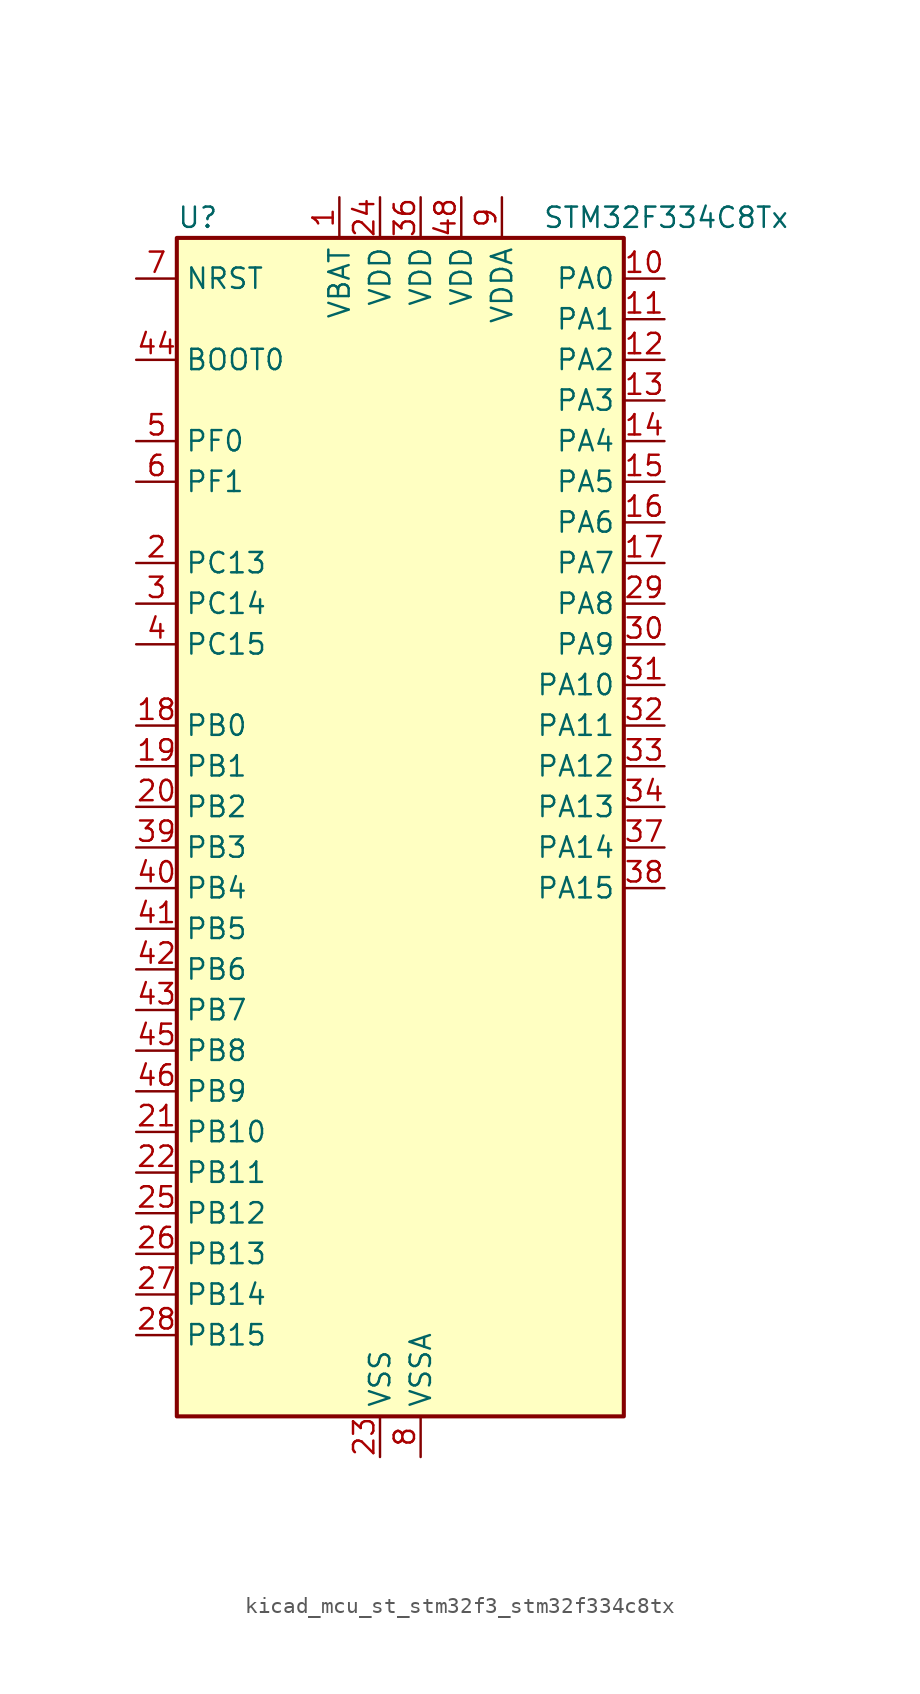
<source format=kicad_sym>
(kicad_symbol_lib
  (version 20220914)
  (generator kicad_symbol_editor)
  (symbol "kicad_mcu_st_stm32f3_stm32f334c8tx"
    (property "Reference" "U"
      (at -12.7 39.37 0)
      (effects (font (size 1.27 1.27)) (justify left)))
    (property "Value" "STM32F334C8Tx"
      (at 10.16 39.37 0)
      (effects (font (size 1.27 1.27)) (justify left)))
    (property "ki_locked" ""
      (at 0 0 0)
      (effects (font (size 1.27 1.27))))
    (symbol "kicad_mcu_st_stm32f3_stm32f334c8tx_0_1"
      (rectangle (start -12.7 -35.56) (end 15.24 38.1) (stroke (width 0.254) (type default)) (fill (type background))))
    (symbol "kicad_mcu_st_stm32f3_stm32f334c8tx_1_1"
      (pin power_in line (at -2.54 40.64 270) (length 2.54) (name "VBAT" (effects (font (size 1.27 1.27)))) (number "1" (effects (font (size 1.27 1.27)))))
      (pin bidirectional line (at 17.78 35.56 180) (length 2.54) (name "PA0" (effects (font (size 1.27 1.27)))) (number "10" (effects (font (size 1.27 1.27)))) (alternate "ADC1_IN1" bidirectional line) (alternate "RTC_TAMP2" bidirectional line) (alternate "SYS_WKUP1" bidirectional line) (alternate "TIM2_CH1" bidirectional line) (alternate "TIM2_ETR" bidirectional line) (alternate "TSC_G1_IO1" bidirectional line) (alternate "USART2_CTS" bidirectional line))
      (pin bidirectional line (at 17.78 33.02 180) (length 2.54) (name "PA1" (effects (font (size 1.27 1.27)))) (number "11" (effects (font (size 1.27 1.27)))) (alternate "ADC1_IN2" bidirectional line) (alternate "RTC_REFIN" bidirectional line) (alternate "TIM15_CH1N" bidirectional line) (alternate "TIM2_CH2" bidirectional line) (alternate "TSC_G1_IO2" bidirectional line) (alternate "USART2_DE" bidirectional line) (alternate "USART2_RTS" bidirectional line))
      (pin bidirectional line (at 17.78 30.48 180) (length 2.54) (name "PA2" (effects (font (size 1.27 1.27)))) (number "12" (effects (font (size 1.27 1.27)))) (alternate "ADC1_IN3" bidirectional line) (alternate "COMP2_INM" bidirectional line) (alternate "COMP2_OUT" bidirectional line) (alternate "TIM15_CH1" bidirectional line) (alternate "TIM2_CH3" bidirectional line) (alternate "TSC_G1_IO3" bidirectional line) (alternate "USART2_TX" bidirectional line))
      (pin bidirectional line (at 17.78 27.94 180) (length 2.54) (name "PA3" (effects (font (size 1.27 1.27)))) (number "13" (effects (font (size 1.27 1.27)))) (alternate "ADC1_IN4" bidirectional line) (alternate "TIM15_CH2" bidirectional line) (alternate "TIM2_CH4" bidirectional line) (alternate "TSC_G1_IO4" bidirectional line) (alternate "USART2_RX" bidirectional line))
      (pin bidirectional line (at 17.78 25.4 180) (length 2.54) (name "PA4" (effects (font (size 1.27 1.27)))) (number "14" (effects (font (size 1.27 1.27)))) (alternate "ADC2_IN1" bidirectional line) (alternate "COMP2_INM" bidirectional line) (alternate "COMP4_INM" bidirectional line) (alternate "COMP6_INM" bidirectional line) (alternate "DAC1_OUT1" bidirectional line) (alternate "SPI1_NSS" bidirectional line) (alternate "TIM3_CH2" bidirectional line) (alternate "TSC_G2_IO1" bidirectional line) (alternate "USART2_CK" bidirectional line))
      (pin bidirectional line (at 17.78 22.86 180) (length 2.54) (name "PA5" (effects (font (size 1.27 1.27)))) (number "15" (effects (font (size 1.27 1.27)))) (alternate "ADC2_IN2" bidirectional line) (alternate "DAC1_OUT2" bidirectional line) (alternate "OPAMP2_VINM" bidirectional line) (alternate "OPAMP2_VINM_SEC" bidirectional line) (alternate "SPI1_SCK" bidirectional line) (alternate "TIM2_CH1" bidirectional line) (alternate "TIM2_ETR" bidirectional line) (alternate "TSC_G2_IO2" bidirectional line))
      (pin bidirectional line (at 17.78 20.32 180) (length 2.54) (name "PA6" (effects (font (size 1.27 1.27)))) (number "16" (effects (font (size 1.27 1.27)))) (alternate "ADC2_IN3" bidirectional line) (alternate "DAC2_OUT1" bidirectional line) (alternate "OPAMP2_DIG" bidirectional line) (alternate "OPAMP2_VOUT" bidirectional line) (alternate "SPI1_MISO" bidirectional line) (alternate "TIM16_CH1" bidirectional line) (alternate "TIM1_BKIN" bidirectional line) (alternate "TIM3_CH1" bidirectional line) (alternate "TSC_G2_IO3" bidirectional line))
      (pin bidirectional line (at 17.78 17.78 180) (length 2.54) (name "PA7" (effects (font (size 1.27 1.27)))) (number "17" (effects (font (size 1.27 1.27)))) (alternate "ADC2_IN4" bidirectional line) (alternate "COMP2_INP" bidirectional line) (alternate "OPAMP2_VINP" bidirectional line) (alternate "OPAMP2_VINP_SEC" bidirectional line) (alternate "SPI1_MOSI" bidirectional line) (alternate "TIM17_CH1" bidirectional line) (alternate "TIM1_CH1N" bidirectional line) (alternate "TIM3_CH2" bidirectional line) (alternate "TSC_G2_IO4" bidirectional line))
      (pin bidirectional line (at -15.24 7.62 0) (length 2.54) (name "PB0" (effects (font (size 1.27 1.27)))) (number "18" (effects (font (size 1.27 1.27)))) (alternate "ADC1_IN11" bidirectional line) (alternate "COMP4_INP" bidirectional line) (alternate "OPAMP2_VINP" bidirectional line) (alternate "OPAMP2_VINP_SEC" bidirectional line) (alternate "TIM1_CH2N" bidirectional line) (alternate "TIM3_CH3" bidirectional line) (alternate "TSC_G3_IO2" bidirectional line))
      (pin bidirectional line (at -15.24 5.08 0) (length 2.54) (name "PB1" (effects (font (size 1.27 1.27)))) (number "19" (effects (font (size 1.27 1.27)))) (alternate "ADC1_IN12" bidirectional line) (alternate "COMP4_OUT" bidirectional line) (alternate "HRTIM1_SCOUT" bidirectional line) (alternate "TIM1_CH3N" bidirectional line) (alternate "TIM3_CH4" bidirectional line) (alternate "TSC_G3_IO3" bidirectional line))
      (pin bidirectional line (at -15.24 17.78 0) (length 2.54) (name "PC13" (effects (font (size 1.27 1.27)))) (number "2" (effects (font (size 1.27 1.27)))) (alternate "RTC_OUT_ALARM" bidirectional line) (alternate "RTC_OUT_CALIB" bidirectional line) (alternate "RTC_TAMP1" bidirectional line) (alternate "RTC_TS" bidirectional line) (alternate "SYS_WKUP2" bidirectional line) (alternate "TIM1_CH1N" bidirectional line))
      (pin bidirectional line (at -15.24 2.54 0) (length 2.54) (name "PB2" (effects (font (size 1.27 1.27)))) (number "20" (effects (font (size 1.27 1.27)))) (alternate "ADC2_IN12" bidirectional line) (alternate "COMP4_INM" bidirectional line) (alternate "HRTIM1_SCIN" bidirectional line) (alternate "TSC_G3_IO4" bidirectional line))
      (pin bidirectional line (at -15.24 -17.78 0) (length 2.54) (name "PB10" (effects (font (size 1.27 1.27)))) (number "21" (effects (font (size 1.27 1.27)))) (alternate "HRTIM1_FLT3" bidirectional line) (alternate "TIM2_CH3" bidirectional line) (alternate "TSC_SYNC" bidirectional line) (alternate "USART3_TX" bidirectional line))
      (pin bidirectional line (at -15.24 -20.32 0) (length 2.54) (name "PB11" (effects (font (size 1.27 1.27)))) (number "22" (effects (font (size 1.27 1.27)))) (alternate "ADC1_EXTI11" bidirectional line) (alternate "ADC2_EXTI11" bidirectional line) (alternate "COMP6_INP" bidirectional line) (alternate "HRTIM1_FLT4" bidirectional line) (alternate "TIM2_CH4" bidirectional line) (alternate "TSC_G6_IO1" bidirectional line) (alternate "USART3_RX" bidirectional line))
      (pin power_in line (at 0 -38.1 90) (length 2.54) (name "VSS" (effects (font (size 1.27 1.27)))) (number "23" (effects (font (size 1.27 1.27)))))
      (pin power_in line (at 0 40.64 270) (length 2.54) (name "VDD" (effects (font (size 1.27 1.27)))) (number "24" (effects (font (size 1.27 1.27)))))
      (pin bidirectional line (at -15.24 -22.86 0) (length 2.54) (name "PB12" (effects (font (size 1.27 1.27)))) (number "25" (effects (font (size 1.27 1.27)))) (alternate "ADC2_IN13" bidirectional line) (alternate "HRTIM1_CHC1" bidirectional line) (alternate "TIM1_BKIN" bidirectional line) (alternate "TSC_G6_IO2" bidirectional line) (alternate "USART3_CK" bidirectional line))
      (pin bidirectional line (at -15.24 -25.4 0) (length 2.54) (name "PB13" (effects (font (size 1.27 1.27)))) (number "26" (effects (font (size 1.27 1.27)))) (alternate "ADC1_IN13" bidirectional line) (alternate "HRTIM1_CHC2" bidirectional line) (alternate "TIM1_CH1N" bidirectional line) (alternate "TSC_G6_IO3" bidirectional line) (alternate "USART3_CTS" bidirectional line))
      (pin bidirectional line (at -15.24 -27.94 0) (length 2.54) (name "PB14" (effects (font (size 1.27 1.27)))) (number "27" (effects (font (size 1.27 1.27)))) (alternate "ADC2_IN14" bidirectional line) (alternate "HRTIM1_CHD1" bidirectional line) (alternate "OPAMP2_VINP" bidirectional line) (alternate "OPAMP2_VINP_SEC" bidirectional line) (alternate "TIM15_CH1" bidirectional line) (alternate "TIM1_CH2N" bidirectional line) (alternate "TSC_G6_IO4" bidirectional line) (alternate "USART3_DE" bidirectional line) (alternate "USART3_RTS" bidirectional line))
      (pin bidirectional line (at -15.24 -30.48 0) (length 2.54) (name "PB15" (effects (font (size 1.27 1.27)))) (number "28" (effects (font (size 1.27 1.27)))) (alternate "ADC1_EXTI15" bidirectional line) (alternate "ADC2_EXTI15" bidirectional line) (alternate "ADC2_IN15" bidirectional line) (alternate "COMP6_INM" bidirectional line) (alternate "HRTIM1_CHD2" bidirectional line) (alternate "RTC_REFIN" bidirectional line) (alternate "TIM15_CH1N" bidirectional line) (alternate "TIM15_CH2" bidirectional line) (alternate "TIM1_CH3N" bidirectional line))
      (pin bidirectional line (at 17.78 15.24 180) (length 2.54) (name "PA8" (effects (font (size 1.27 1.27)))) (number "29" (effects (font (size 1.27 1.27)))) (alternate "HRTIM1_CHA1" bidirectional line) (alternate "RCC_MCO" bidirectional line) (alternate "TIM1_CH1" bidirectional line) (alternate "USART1_CK" bidirectional line))
      (pin bidirectional line (at -15.24 15.24 0) (length 2.54) (name "PC14" (effects (font (size 1.27 1.27)))) (number "3" (effects (font (size 1.27 1.27)))) (alternate "RCC_OSC32_IN" bidirectional line))
      (pin bidirectional line (at 17.78 12.7 180) (length 2.54) (name "PA9" (effects (font (size 1.27 1.27)))) (number "30" (effects (font (size 1.27 1.27)))) (alternate "DAC1_EXTI9" bidirectional line) (alternate "DAC2_EXTI9" bidirectional line) (alternate "HRTIM1_CHA2" bidirectional line) (alternate "TIM15_BKIN" bidirectional line) (alternate "TIM1_CH2" bidirectional line) (alternate "TIM2_CH3" bidirectional line) (alternate "TSC_G4_IO1" bidirectional line) (alternate "USART1_TX" bidirectional line))
      (pin bidirectional line (at 17.78 10.16 180) (length 2.54) (name "PA10" (effects (font (size 1.27 1.27)))) (number "31" (effects (font (size 1.27 1.27)))) (alternate "COMP6_OUT" bidirectional line) (alternate "HRTIM1_CHB1" bidirectional line) (alternate "TIM17_BKIN" bidirectional line) (alternate "TIM1_CH3" bidirectional line) (alternate "TIM2_CH4" bidirectional line) (alternate "TSC_G4_IO2" bidirectional line) (alternate "USART1_RX" bidirectional line))
      (pin bidirectional line (at 17.78 7.62 180) (length 2.54) (name "PA11" (effects (font (size 1.27 1.27)))) (number "32" (effects (font (size 1.27 1.27)))) (alternate "ADC1_EXTI11" bidirectional line) (alternate "ADC2_EXTI11" bidirectional line) (alternate "CAN_RX" bidirectional line) (alternate "HRTIM1_CHB2" bidirectional line) (alternate "TIM1_BKIN2" bidirectional line) (alternate "TIM1_CH1N" bidirectional line) (alternate "TIM1_CH4" bidirectional line) (alternate "USART1_CTS" bidirectional line))
      (pin bidirectional line (at 17.78 5.08 180) (length 2.54) (name "PA12" (effects (font (size 1.27 1.27)))) (number "33" (effects (font (size 1.27 1.27)))) (alternate "CAN_TX" bidirectional line) (alternate "COMP2_OUT" bidirectional line) (alternate "HRTIM1_FLT1" bidirectional line) (alternate "TIM16_CH1" bidirectional line) (alternate "TIM1_CH2N" bidirectional line) (alternate "TIM1_ETR" bidirectional line) (alternate "USART1_DE" bidirectional line) (alternate "USART1_RTS" bidirectional line))
      (pin bidirectional line (at 17.78 2.54 180) (length 2.54) (name "PA13" (effects (font (size 1.27 1.27)))) (number "34" (effects (font (size 1.27 1.27)))) (alternate "IR_OUT" bidirectional line) (alternate "SYS_JTMS-SWDIO" bidirectional line) (alternate "TIM16_CH1N" bidirectional line) (alternate "TSC_G4_IO3" bidirectional line) (alternate "USART3_CTS" bidirectional line))
      (pin passive line (at 0 -38.1 90) (length 2.54) hide (name "VSS" (effects (font (size 1.27 1.27)))) (number "35" (effects (font (size 1.27 1.27)))))
      (pin power_in line (at 2.54 40.64 270) (length 2.54) (name "VDD" (effects (font (size 1.27 1.27)))) (number "36" (effects (font (size 1.27 1.27)))))
      (pin bidirectional line (at 17.78 0 180) (length 2.54) (name "PA14" (effects (font (size 1.27 1.27)))) (number "37" (effects (font (size 1.27 1.27)))) (alternate "I2C1_SDA" bidirectional line) (alternate "SYS_JTCK-SWCLK" bidirectional line) (alternate "TIM1_BKIN" bidirectional line) (alternate "TSC_G4_IO4" bidirectional line) (alternate "USART2_TX" bidirectional line))
      (pin bidirectional line (at 17.78 -2.54 180) (length 2.54) (name "PA15" (effects (font (size 1.27 1.27)))) (number "38" (effects (font (size 1.27 1.27)))) (alternate "ADC1_EXTI15" bidirectional line) (alternate "ADC2_EXTI15" bidirectional line) (alternate "HRTIM1_FLT2" bidirectional line) (alternate "I2C1_SCL" bidirectional line) (alternate "SPI1_NSS" bidirectional line) (alternate "SYS_JTDI" bidirectional line) (alternate "TIM1_BKIN" bidirectional line) (alternate "TIM2_CH1" bidirectional line) (alternate "TIM2_ETR" bidirectional line) (alternate "TSC_SYNC" bidirectional line) (alternate "USART2_RX" bidirectional line))
      (pin bidirectional line (at -15.24 0 0) (length 2.54) (name "PB3" (effects (font (size 1.27 1.27)))) (number "39" (effects (font (size 1.27 1.27)))) (alternate "HRTIM1_EEV9" bidirectional line) (alternate "HRTIM1_SCOUT" bidirectional line) (alternate "SPI1_SCK" bidirectional line) (alternate "SYS_JTDO-TRACESWO" bidirectional line) (alternate "TIM2_CH2" bidirectional line) (alternate "TIM3_ETR" bidirectional line) (alternate "TSC_G5_IO1" bidirectional line) (alternate "USART2_TX" bidirectional line))
      (pin bidirectional line (at -15.24 12.7 0) (length 2.54) (name "PC15" (effects (font (size 1.27 1.27)))) (number "4" (effects (font (size 1.27 1.27)))) (alternate "ADC1_EXTI15" bidirectional line) (alternate "ADC2_EXTI15" bidirectional line) (alternate "RCC_OSC32_OUT" bidirectional line))
      (pin bidirectional line (at -15.24 -2.54 0) (length 2.54) (name "PB4" (effects (font (size 1.27 1.27)))) (number "40" (effects (font (size 1.27 1.27)))) (alternate "HRTIM1_EEV7" bidirectional line) (alternate "SPI1_MISO" bidirectional line) (alternate "SYS_NJTRST" bidirectional line) (alternate "TIM16_CH1" bidirectional line) (alternate "TIM17_BKIN" bidirectional line) (alternate "TIM3_CH1" bidirectional line) (alternate "TSC_G5_IO2" bidirectional line) (alternate "USART2_RX" bidirectional line))
      (pin bidirectional line (at -15.24 -5.08 0) (length 2.54) (name "PB5" (effects (font (size 1.27 1.27)))) (number "41" (effects (font (size 1.27 1.27)))) (alternate "HRTIM1_EEV6" bidirectional line) (alternate "I2C1_SMBA" bidirectional line) (alternate "SPI1_MOSI" bidirectional line) (alternate "TIM16_BKIN" bidirectional line) (alternate "TIM17_CH1" bidirectional line) (alternate "TIM3_CH2" bidirectional line) (alternate "USART2_CK" bidirectional line))
      (pin bidirectional line (at -15.24 -7.62 0) (length 2.54) (name "PB6" (effects (font (size 1.27 1.27)))) (number "42" (effects (font (size 1.27 1.27)))) (alternate "HRTIM1_EEV4" bidirectional line) (alternate "HRTIM1_SCIN" bidirectional line) (alternate "I2C1_SCL" bidirectional line) (alternate "TIM16_CH1N" bidirectional line) (alternate "TSC_G5_IO3" bidirectional line) (alternate "USART1_TX" bidirectional line))
      (pin bidirectional line (at -15.24 -10.16 0) (length 2.54) (name "PB7" (effects (font (size 1.27 1.27)))) (number "43" (effects (font (size 1.27 1.27)))) (alternate "HRTIM1_EEV3" bidirectional line) (alternate "I2C1_SDA" bidirectional line) (alternate "TIM17_CH1N" bidirectional line) (alternate "TIM3_CH4" bidirectional line) (alternate "TSC_G5_IO4" bidirectional line) (alternate "USART1_RX" bidirectional line))
      (pin input line (at -15.24 30.48 0) (length 2.54) (name "BOOT0" (effects (font (size 1.27 1.27)))) (number "44" (effects (font (size 1.27 1.27)))))
      (pin bidirectional line (at -15.24 -12.7 0) (length 2.54) (name "PB8" (effects (font (size 1.27 1.27)))) (number "45" (effects (font (size 1.27 1.27)))) (alternate "CAN_RX" bidirectional line) (alternate "HRTIM1_EEV8" bidirectional line) (alternate "I2C1_SCL" bidirectional line) (alternate "TIM16_CH1" bidirectional line) (alternate "TIM1_BKIN" bidirectional line) (alternate "TSC_SYNC" bidirectional line) (alternate "USART3_RX" bidirectional line))
      (pin bidirectional line (at -15.24 -15.24 0) (length 2.54) (name "PB9" (effects (font (size 1.27 1.27)))) (number "46" (effects (font (size 1.27 1.27)))) (alternate "CAN_TX" bidirectional line) (alternate "COMP2_OUT" bidirectional line) (alternate "DAC1_EXTI9" bidirectional line) (alternate "DAC2_EXTI9" bidirectional line) (alternate "HRTIM1_EEV5" bidirectional line) (alternate "I2C1_SDA" bidirectional line) (alternate "IR_OUT" bidirectional line) (alternate "TIM17_CH1" bidirectional line) (alternate "USART3_TX" bidirectional line))
      (pin passive line (at 0 -38.1 90) (length 2.54) hide (name "VSS" (effects (font (size 1.27 1.27)))) (number "47" (effects (font (size 1.27 1.27)))))
      (pin power_in line (at 5.08 40.64 270) (length 2.54) (name "VDD" (effects (font (size 1.27 1.27)))) (number "48" (effects (font (size 1.27 1.27)))))
      (pin bidirectional line (at -15.24 25.4 0) (length 2.54) (name "PF0" (effects (font (size 1.27 1.27)))) (number "5" (effects (font (size 1.27 1.27)))) (alternate "RCC_OSC_IN" bidirectional line) (alternate "TIM1_CH3N" bidirectional line))
      (pin bidirectional line (at -15.24 22.86 0) (length 2.54) (name "PF1" (effects (font (size 1.27 1.27)))) (number "6" (effects (font (size 1.27 1.27)))) (alternate "RCC_OSC_OUT" bidirectional line))
      (pin input line (at -15.24 35.56 0) (length 2.54) (name "NRST" (effects (font (size 1.27 1.27)))) (number "7" (effects (font (size 1.27 1.27)))))
      (pin power_in line (at 2.54 -38.1 90) (length 2.54) (name "VSSA" (effects (font (size 1.27 1.27)))) (number "8" (effects (font (size 1.27 1.27)))))
      (pin power_in line (at 7.62 40.64 270) (length 2.54) (name "VDDA" (effects (font (size 1.27 1.27)))) (number "9" (effects (font (size 1.27 1.27))))))))
</source>
